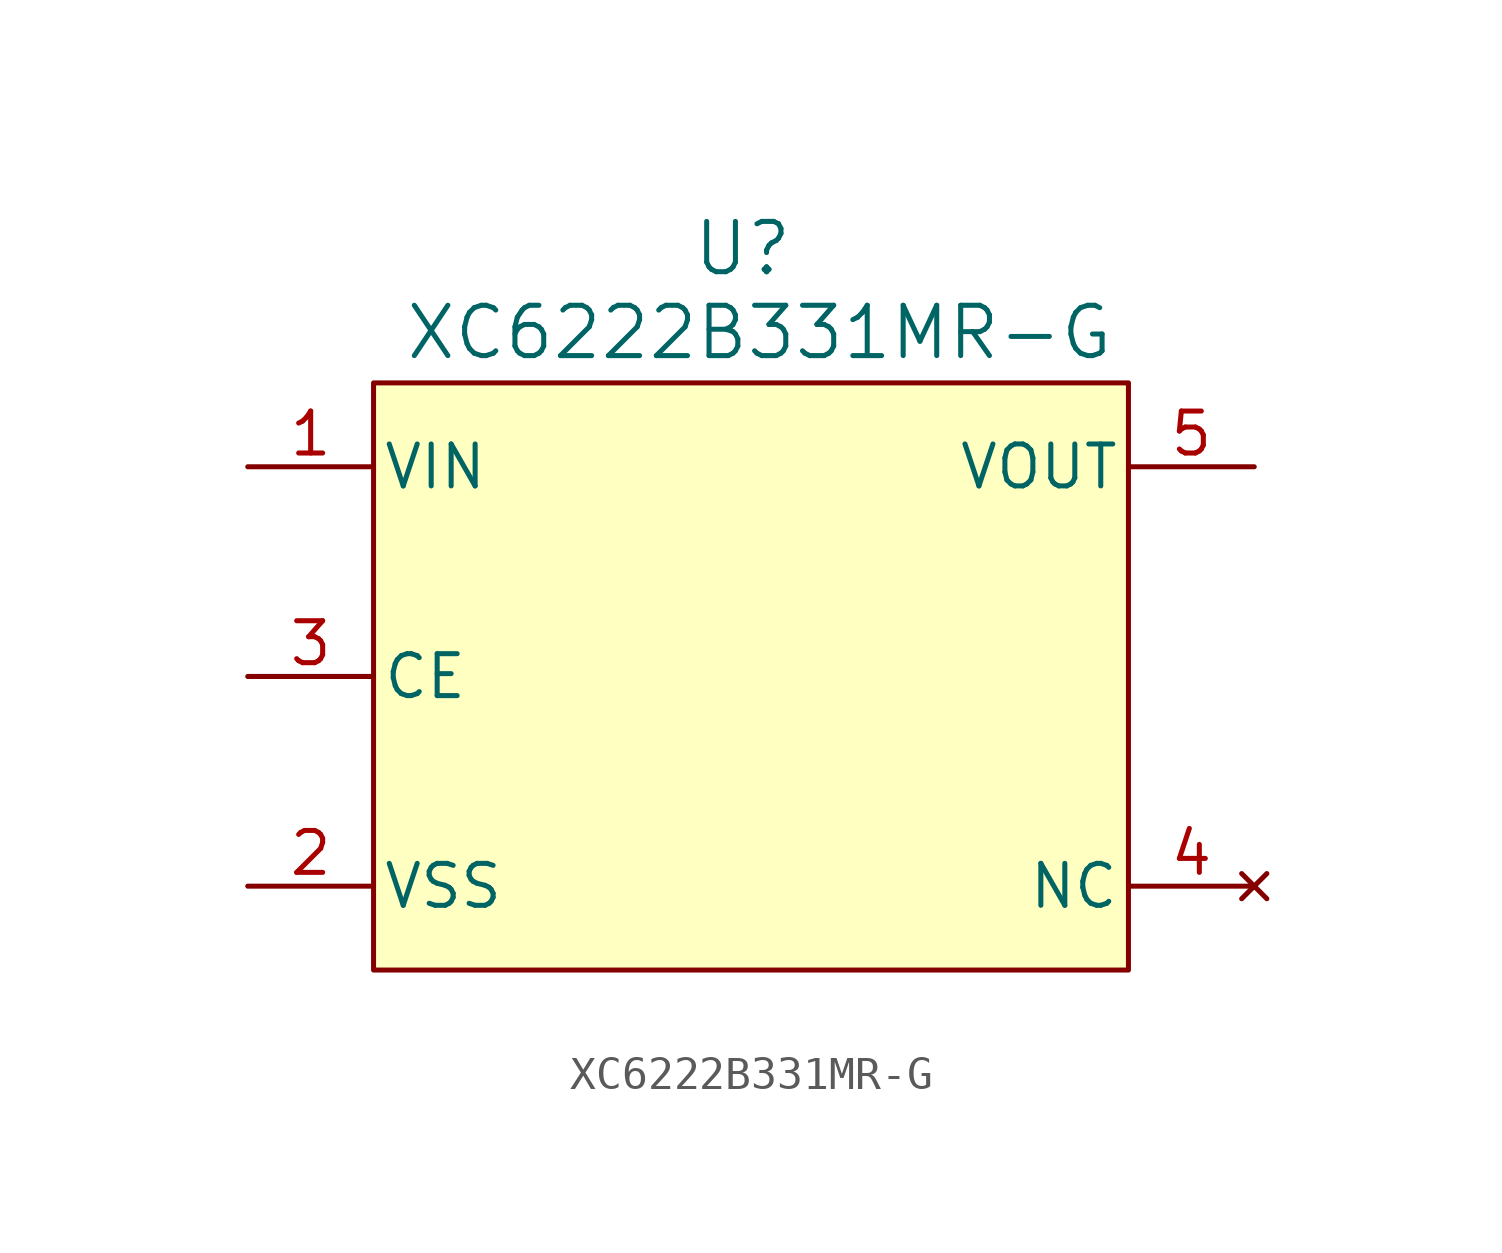
<source format=kicad_sym>
(kicad_symbol_lib
  (version 20241209)
  (generator "kicad_symbol_editor")
  (generator_version "9.0")
  (symbol "XC6222B331MR-G"
    (pin_names
      (offset 0.254))
    (property "Reference" "U"
      (at 18.796 6.604 0)
      (effects (font (size 1.524 1.524))))
    (property "Value" "XC6222B331MR-G"
      (at 19.304 4.064 0)
      (effects (font (size 1.524 1.524))))
    (property "ki_locked" ""
      (at 0 0 0)
      (effects (font (size 1.27 1.27))))
    (symbol "XC6222B331MR-G_0_1"
      (rectangle (start 7.62 2.54) (end 30.48 -15.24) (stroke (width 0) (type default)) (fill (type background)))
      (pin power_in line (at 3.81 0 0) (length 3.81) (name "VIN" (effects (font (size 1.27 1.27)))) (number "1" (effects (font (size 1.27 1.27)))))
      (pin unspecified line (at 3.81 -6.35 0) (length 3.81) (name "CE" (effects (font (size 1.27 1.27)))) (number "3" (effects (font (size 1.27 1.27)))))
      (pin power_out line (at 3.81 -12.7 0) (length 3.81) (name "VSS" (effects (font (size 1.27 1.27)))) (number "2" (effects (font (size 1.27 1.27)))))
      (pin output line (at 34.29 0 180) (length 3.81) (name "VOUT" (effects (font (size 1.27 1.27)))) (number "5" (effects (font (size 1.27 1.27)))))
      (pin no_connect line (at 34.29 -12.7 180) (length 3.81) (name "NC" (effects (font (size 1.27 1.27)))) (number "4" (effects (font (size 1.27 1.27))))))))
</source>
